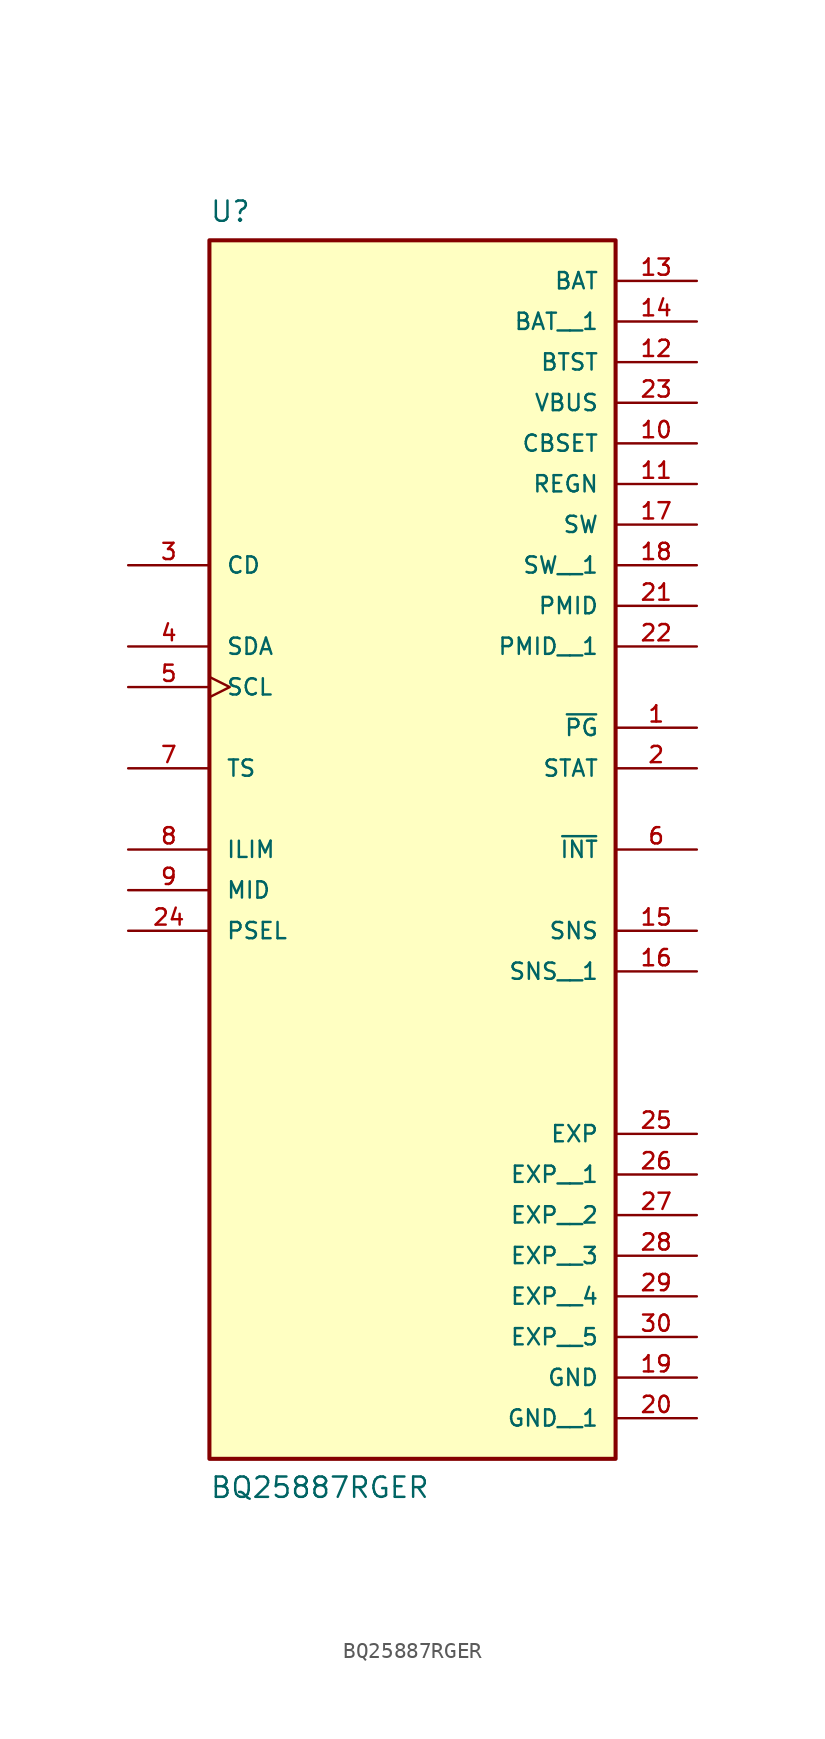
<source format=kicad_sym>
(kicad_symbol_lib
  (version 20211014)
  (generator kicad_symbol_editor)
  (symbol "BQ25887RGER"
    (pin_names
      (offset 1.016))
    (property "Reference" "U"
      (at -12.7 27.94 0)
      (effects (font (size 1.27 1.27)) (justify top left)))
    (property "Value" "BQ25887RGER"
      (at -12.7 -53.34 0)
      (effects (font (size 1.27 1.27)) (justify bottom left)))
    (symbol "BQ25887RGER_0_0"
      (rectangle (start -12.7 -50.8) (end 12.7 25.4) (stroke (width 0.254)) (fill (type background)))
      (pin input line (at -17.78 5.08 0) (length 5.08) (name "CD" (effects (font (size 1.016 1.016)))) (number "3" (effects (font (size 1.016 1.016)))))
      (pin input line (at -17.78 -12.7 0) (length 5.08) (name "ILIM" (effects (font (size 1.016 1.016)))) (number "8" (effects (font (size 1.016 1.016)))))
      (pin input line (at -17.78 -15.24 0) (length 5.08) (name "MID" (effects (font (size 1.016 1.016)))) (number "9" (effects (font (size 1.016 1.016)))))
      (pin input line (at -17.78 -17.78 0) (length 5.08) (name "PSEL" (effects (font (size 1.016 1.016)))) (number "24" (effects (font (size 1.016 1.016)))))
      (pin input clock (at -17.78 -2.54 0) (length 5.08) (name "SCL" (effects (font (size 1.016 1.016)))) (number "5" (effects (font (size 1.016 1.016)))))
      (pin input line (at -17.78 -7.62 0) (length 5.08) (name "TS" (effects (font (size 1.016 1.016)))) (number "7" (effects (font (size 1.016 1.016)))))
      (pin passive line (at 17.78 -30.48 180.0) (length 5.08) (name "EXP" (effects (font (size 1.016 1.016)))) (number "25" (effects (font (size 1.016 1.016)))))
      (pin bidirectional line (at -17.78 0.0 0) (length 5.08) (name "SDA" (effects (font (size 1.016 1.016)))) (number "4" (effects (font (size 1.016 1.016)))))
      (pin power_in line (at 17.78 12.7 180.0) (length 5.08) (name "CBSET" (effects (font (size 1.016 1.016)))) (number "10" (effects (font (size 1.016 1.016)))))
      (pin power_in line (at 17.78 10.16 180.0) (length 5.08) (name "REGN" (effects (font (size 1.016 1.016)))) (number "11" (effects (font (size 1.016 1.016)))))
      (pin power_in line (at 17.78 17.78 180.0) (length 5.08) (name "BTST" (effects (font (size 1.016 1.016)))) (number "12" (effects (font (size 1.016 1.016)))))
      (pin power_in line (at 17.78 22.86 180.0) (length 5.08) (name "BAT" (effects (font (size 1.016 1.016)))) (number "13" (effects (font (size 1.016 1.016)))))
      (pin power_in line (at 17.78 7.62 180.0) (length 5.08) (name "SW" (effects (font (size 1.016 1.016)))) (number "17" (effects (font (size 1.016 1.016)))))
      (pin power_in line (at 17.78 2.54 180.0) (length 5.08) (name "PMID" (effects (font (size 1.016 1.016)))) (number "21" (effects (font (size 1.016 1.016)))))
      (pin power_in line (at 17.78 15.24 180.0) (length 5.08) (name "VBUS" (effects (font (size 1.016 1.016)))) (number "23" (effects (font (size 1.016 1.016)))))
      (pin output line (at 17.78 -12.7 180.0) (length 5.08) (name "~{INT}" (effects (font (size 1.016 1.016)))) (number "6" (effects (font (size 1.016 1.016)))))
      (pin output line (at 17.78 -5.08 180.0) (length 5.08) (name "~{PG}" (effects (font (size 1.016 1.016)))) (number "1" (effects (font (size 1.016 1.016)))))
      (pin output line (at 17.78 -17.78 180.0) (length 5.08) (name "SNS" (effects (font (size 1.016 1.016)))) (number "15" (effects (font (size 1.016 1.016)))))
      (pin output line (at 17.78 -7.62 180.0) (length 5.08) (name "STAT" (effects (font (size 1.016 1.016)))) (number "2" (effects (font (size 1.016 1.016)))))
      (pin power_in line (at 17.78 -45.72 180.0) (length 5.08) (name "GND" (effects (font (size 1.016 1.016)))) (number "19" (effects (font (size 1.016 1.016)))))
      (pin power_in line (at 17.78 20.32 180.0) (length 5.08) (name "BAT__1" (effects (font (size 1.016 1.016)))) (number "14" (effects (font (size 1.016 1.016)))))
      (pin power_in line (at 17.78 5.08 180.0) (length 5.08) (name "SW__1" (effects (font (size 1.016 1.016)))) (number "18" (effects (font (size 1.016 1.016)))))
      (pin power_in line (at 17.78 0.0 180.0) (length 5.08) (name "PMID__1" (effects (font (size 1.016 1.016)))) (number "22" (effects (font (size 1.016 1.016)))))
      (pin output line (at 17.78 -20.32 180.0) (length 5.08) (name "SNS__1" (effects (font (size 1.016 1.016)))) (number "16" (effects (font (size 1.016 1.016)))))
      (pin passive line (at 17.78 -33.02 180.0) (length 5.08) (name "EXP__1" (effects (font (size 1.016 1.016)))) (number "26" (effects (font (size 1.016 1.016)))))
      (pin passive line (at 17.78 -35.56 180.0) (length 5.08) (name "EXP__2" (effects (font (size 1.016 1.016)))) (number "27" (effects (font (size 1.016 1.016)))))
      (pin passive line (at 17.78 -38.1 180.0) (length 5.08) (name "EXP__3" (effects (font (size 1.016 1.016)))) (number "28" (effects (font (size 1.016 1.016)))))
      (pin passive line (at 17.78 -40.64 180.0) (length 5.08) (name "EXP__4" (effects (font (size 1.016 1.016)))) (number "29" (effects (font (size 1.016 1.016)))))
      (pin passive line (at 17.78 -43.18 180.0) (length 5.08) (name "EXP__5" (effects (font (size 1.016 1.016)))) (number "30" (effects (font (size 1.016 1.016)))))
      (pin power_in line (at 17.78 -48.26 180.0) (length 5.08) (name "GND__1" (effects (font (size 1.016 1.016)))) (number "20" (effects (font (size 1.016 1.016))))))))
</source>
